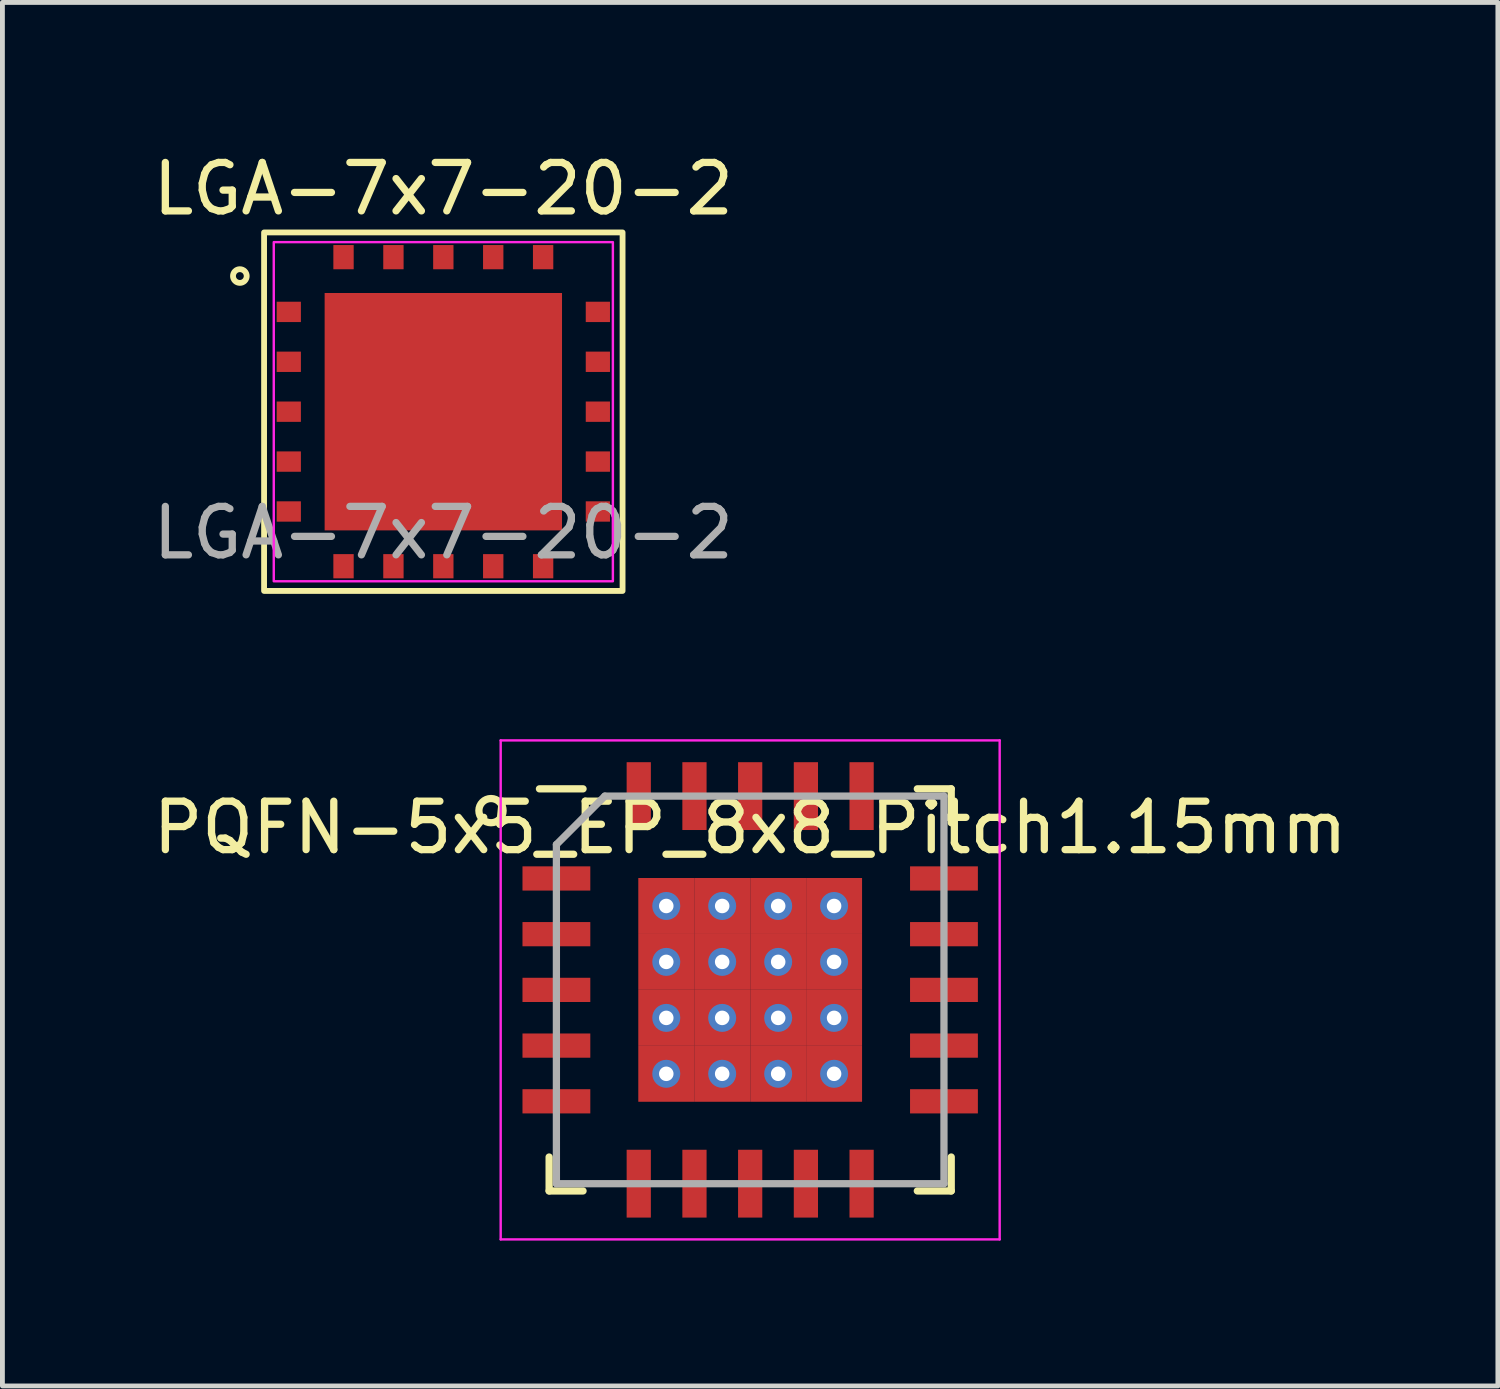
<source format=kicad_pcb>
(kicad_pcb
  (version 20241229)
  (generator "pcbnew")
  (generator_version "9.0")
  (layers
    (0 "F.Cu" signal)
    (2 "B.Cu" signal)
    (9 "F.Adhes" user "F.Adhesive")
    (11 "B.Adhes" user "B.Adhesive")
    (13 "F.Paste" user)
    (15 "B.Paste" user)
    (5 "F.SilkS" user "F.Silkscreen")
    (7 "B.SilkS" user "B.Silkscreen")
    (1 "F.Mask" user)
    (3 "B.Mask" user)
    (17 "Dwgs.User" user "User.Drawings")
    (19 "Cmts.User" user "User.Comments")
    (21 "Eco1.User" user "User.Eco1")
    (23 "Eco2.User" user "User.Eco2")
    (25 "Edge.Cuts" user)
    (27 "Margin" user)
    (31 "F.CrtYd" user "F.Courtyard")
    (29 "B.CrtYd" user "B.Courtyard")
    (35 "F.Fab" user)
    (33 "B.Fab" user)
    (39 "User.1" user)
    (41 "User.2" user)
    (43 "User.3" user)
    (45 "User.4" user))
  (footprint "PQFN-5x5_EP_8x8_Pitch1.15mm"
    (layer "F.Cu")
    (at 12.435 17.383)
    (property "Reference" "PQFN-5x5_EP_8x8_Pitch1.15mm" (at 0 -3.35 0) (layer "F.SilkS") (effects (font (size 1 1) (thickness 0.15))))
    (attr through_hole)
    (fp_line (start -4.15 4.15) (end -4.15 3.45) (stroke (width 0.15) (type default)) (layer "F.SilkS"))
    (fp_line (start -3.45 -4.15) (end -4.35 -4.15) (stroke (width 0.15) (type default)) (layer "F.SilkS"))
    (fp_line (start -3.45 4.15) (end -4.15 4.15) (stroke (width 0.15) (type default)) (layer "F.SilkS"))
    (fp_line (start 3.45 -4.15) (end 4.15 -4.15) (stroke (width 0.15) (type default)) (layer "F.SilkS"))
    (fp_line (start 3.45 4.15) (end 4.15 4.15) (stroke (width 0.15) (type default)) (layer "F.SilkS"))
    (fp_line (start 4.15 -4.15) (end 4.15 -3.45) (stroke (width 0.15) (type default)) (layer "F.SilkS"))
    (fp_line (start 4.15 4.15) (end 4.15 3.45) (stroke (width 0.15) (type default)) (layer "F.SilkS"))
    (fp_circle (center -5.35 -3.7) (end -5.35 -3.45) (stroke (width 0.15) (type default)) (fill no) (layer "F.SilkS"))
    (fp_line (start -5.15 -5.15) (end 5.15 -5.15) (stroke (width 0.05) (type default)) (layer "F.CrtYd"))
    (fp_line (start -5.15 5.15) (end -5.15 -5.15) (stroke (width 0.05) (type default)) (layer "F.CrtYd"))
    (fp_line (start 5.15 -5.15) (end 5.15 5.15) (stroke (width 0.05) (type default)) (layer "F.CrtYd"))
    (fp_line (start 5.15 5.15) (end -5.15 5.15) (stroke (width 0.05) (type default)) (layer "F.CrtYd"))
    (fp_line (start -4 -3) (end -4 4) (stroke (width 0.15) (type default)) (layer "F.Fab"))
    (fp_line (start -4 4) (end 4 4) (stroke (width 0.15) (type default)) (layer "F.Fab"))
    (fp_line (start -3 -4) (end -4 -3) (stroke (width 0.15) (type default)) (layer "F.Fab"))
    (fp_line (start 4 -4) (end -3 -4) (stroke (width 0.15) (type default)) (layer "F.Fab"))
    (fp_line (start 4 4) (end 4 -4) (stroke (width 0.15) (type default)) (layer "F.Fab"))
    (pad "1" smd rect (at -4 -2.3 90) (size 0.5 1.4) (layers "F.Cu" "F.Mask" "F.Paste"))
    (pad "2" smd rect (at -4 -1.15 90) (size 0.5 1.4) (layers "F.Cu" "F.Mask" "F.Paste"))
    (pad "3" smd rect (at -4 0 90) (size 0.5 1.4) (layers "F.Cu" "F.Mask" "F.Paste"))
    (pad "4" smd rect (at -4 1.15 90) (size 0.5 1.4) (layers "F.Cu" "F.Mask" "F.Paste"))
    (pad "5" smd rect (at -4 2.3 90) (size 0.5 1.4) (layers "F.Cu" "F.Mask" "F.Paste"))
    (pad "6" smd rect (at -2.3 4) (size 0.5 1.4) (layers "F.Cu" "F.Mask" "F.Paste"))
    (pad "7" smd rect (at -1.15 4) (size 0.5 1.4) (layers "F.Cu" "F.Mask" "F.Paste"))
    (pad "8" smd rect (at 0 4) (size 0.5 1.4) (layers "F.Cu" "F.Mask" "F.Paste"))
    (pad "9" smd rect (at 1.15 4) (size 0.5 1.4) (layers "F.Cu" "F.Mask" "F.Paste"))
    (pad "10" smd rect (at 2.3 4) (size 0.5 1.4) (layers "F.Cu" "F.Mask" "F.Paste"))
    (pad "11" smd rect (at 4 2.3 90) (size 0.5 1.4) (layers "F.Cu" "F.Mask" "F.Paste"))
    (pad "12" smd rect (at 4 1.15 90) (size 0.5 1.4) (layers "F.Cu" "F.Mask" "F.Paste"))
    (pad "13" smd rect (at 4 0 90) (size 0.5 1.4) (layers "F.Cu" "F.Mask" "F.Paste"))
    (pad "14" smd rect (at 4 -1.15 90) (size 0.5 1.4) (layers "F.Cu" "F.Mask" "F.Paste"))
    (pad "15" smd rect (at 4 -2.3 90) (size 0.5 1.4) (layers "F.Cu" "F.Mask" "F.Paste"))
    (pad "16" smd rect (at 2.3 -4) (size 0.5 1.4) (layers "F.Cu" "F.Mask" "F.Paste"))
    (pad "17" smd rect (at 1.15 -4) (size 0.5 1.4) (layers "F.Cu" "F.Mask" "F.Paste"))
    (pad "18" smd rect (at 0 -4) (size 0.5 1.4) (layers "F.Cu" "F.Mask" "F.Paste"))
    (pad "19" smd rect (at -1.15 -4) (size 0.5 1.4) (layers "F.Cu" "F.Mask" "F.Paste"))
    (pad "20" smd rect (at -2.3 -4) (size 0.5 1.4) (layers "F.Cu" "F.Mask" "F.Paste"))
    (pad "21" thru_hole circle (at -1.732 -1.732) (size 0.578 0.578) (drill 0.3) (layers "*.Cu" "*.Mask"))
    (pad "21" smd rect (at -1.732 -1.732) (size 1.155 1.155) (layers "F.Cu" "F.Mask" "F.Paste"))
    (pad "21" thru_hole circle (at -1.732 -0.578) (size 0.578 0.578) (drill 0.3) (layers "*.Cu" "*.Mask"))
    (pad "21" smd rect (at -1.732 -0.578) (size 1.155 1.155) (layers "F.Cu" "F.Mask" "F.Paste"))
    (pad "21" thru_hole circle (at -1.732 0.578) (size 0.578 0.578) (drill 0.3) (layers "*.Cu" "*.Mask"))
    (pad "21" smd rect (at -1.732 0.578) (size 1.155 1.155) (layers "F.Cu" "F.Mask" "F.Paste"))
    (pad "21" thru_hole circle (at -1.732 1.732) (size 0.578 0.578) (drill 0.3) (layers "*.Cu" "*.Mask"))
    (pad "21" smd rect (at -1.732 1.732) (size 1.155 1.155) (layers "F.Cu" "F.Mask" "F.Paste"))
    (pad "21" thru_hole circle (at -0.578 -1.732) (size 0.578 0.578) (drill 0.3) (layers "*.Cu" "*.Mask"))
    (pad "21" smd rect (at -0.578 -1.732) (size 1.155 1.155) (layers "F.Cu" "F.Mask" "F.Paste"))
    (pad "21" thru_hole circle (at -0.578 -0.578) (size 0.578 0.578) (drill 0.3) (layers "*.Cu" "*.Mask"))
    (pad "21" smd rect (at -0.578 -0.578) (size 1.155 1.155) (layers "F.Cu" "F.Mask" "F.Paste"))
    (pad "21" thru_hole circle (at -0.578 0.578) (size 0.578 0.578) (drill 0.3) (layers "*.Cu" "*.Mask"))
    (pad "21" smd rect (at -0.578 0.578) (size 1.155 1.155) (layers "F.Cu" "F.Mask" "F.Paste"))
    (pad "21" thru_hole circle (at -0.578 1.732) (size 0.578 0.578) (drill 0.3) (layers "*.Cu" "*.Mask"))
    (pad "21" smd rect (at -0.578 1.732) (size 1.155 1.155) (layers "F.Cu" "F.Mask" "F.Paste"))
    (pad "21" thru_hole circle (at 0.578 -1.732) (size 0.578 0.578) (drill 0.3) (layers "*.Cu" "*.Mask"))
    (pad "21" smd rect (at 0.578 -1.732) (size 1.155 1.155) (layers "F.Cu" "F.Mask" "F.Paste"))
    (pad "21" thru_hole circle (at 0.578 -0.578) (size 0.578 0.578) (drill 0.3) (layers "*.Cu" "*.Mask"))
    (pad "21" smd rect (at 0.578 -0.578) (size 1.155 1.155) (layers "F.Cu" "F.Mask" "F.Paste"))
    (pad "21" thru_hole circle (at 0.578 0.578) (size 0.578 0.578) (drill 0.3) (layers "*.Cu" "*.Mask"))
    (pad "21" smd rect (at 0.578 0.578) (size 1.155 1.155) (layers "F.Cu" "F.Mask" "F.Paste"))
    (pad "21" thru_hole circle (at 0.578 1.732) (size 0.578 0.578) (drill 0.3) (layers "*.Cu" "*.Mask"))
    (pad "21" smd rect (at 0.578 1.732) (size 1.155 1.155) (layers "F.Cu" "F.Mask" "F.Paste"))
    (pad "21" thru_hole circle (at 1.732 -1.732) (size 0.578 0.578) (drill 0.3) (layers "*.Cu" "*.Mask"))
    (pad "21" smd rect (at 1.732 -1.732) (size 1.155 1.155) (layers "F.Cu" "F.Mask" "F.Paste"))
    (pad "21" thru_hole circle (at 1.732 -0.578) (size 0.578 0.578) (drill 0.3) (layers "*.Cu" "*.Mask"))
    (pad "21" smd rect (at 1.732 -0.578) (size 1.155 1.155) (layers "F.Cu" "F.Mask" "F.Paste"))
    (pad "21" thru_hole circle (at 1.732 0.578) (size 0.578 0.578) (drill 0.3) (layers "*.Cu" "*.Mask"))
    (pad "21" smd rect (at 1.732 0.578) (size 1.155 1.155) (layers "F.Cu" "F.Mask" "F.Paste"))
    (pad "21" thru_hole circle (at 1.732 1.732) (size 0.578 0.578) (drill 0.3) (layers "*.Cu" "*.Mask"))
    (pad "21" smd rect (at 1.732 1.732) (size 1.155 1.155) (layers "F.Cu" "F.Mask" "F.Paste")))
  (footprint "LGA-7x7-20-2"
    (layer "F.Cu")
    (at 6.101 5.448)
    (property "Reference" "LGA-7x7-20-2" (at 0 -4.6 0) (unlocked yes) (layer "F.SilkS") (effects (font (size 1 1) (thickness 0.15))))
    (attr smd)
    (fp_rect (start -3.7 -3.7) (end 3.7 3.7) (stroke (width 0.12) (type default)) (fill no) (layer "F.SilkS"))
    (fp_circle (center -4.2 -2.8) (end -4.1 -2.7) (stroke (width 0.12) (type default)) (fill no) (layer "F.SilkS"))
    (fp_rect (start -2.1 -2.1) (end 2.1 2) (stroke (width 0.12) (type solid)) (fill yes) (layer "F.Paste"))
    (fp_rect (start -3.5 -3.5) (end 3.5 3.5) (stroke (width 0.05) (type default)) (fill no) (layer "F.CrtYd"))
    (fp_text user "${REFERENCE}" (at 0 2.5 0) (unlocked yes) (layer "F.Fab") (effects (font (size 1 1) (thickness 0.15))))
    (pad "1" smd rect (at -3.19 -2.06) (size 0.5 0.42) (layers "F.Cu" "F.Mask" "F.Paste"))
    (pad "2" smd rect (at -3.19 -1.03) (size 0.5 0.42) (layers "F.Cu" "F.Mask" "F.Paste"))
    (pad "3" smd rect (at -3.19 0) (size 0.5 0.42) (layers "F.Cu" "F.Mask" "F.Paste"))
    (pad "4" smd rect (at -3.19 1.03) (size 0.5 0.42) (layers "F.Cu" "F.Mask" "F.Paste"))
    (pad "5" smd rect (at -3.19 2.06) (size 0.5 0.42) (layers "F.Cu" "F.Mask" "F.Paste"))
    (pad "6" smd rect (at -2.06 3.19 90) (size 0.5 0.42) (layers "F.Cu" "F.Mask" "F.Paste"))
    (pad "7" smd rect (at -1.03 3.19 90) (size 0.5 0.42) (layers "F.Cu" "F.Mask" "F.Paste"))
    (pad "8" smd rect (at 0 3.19 90) (size 0.5 0.42) (layers "F.Cu" "F.Mask" "F.Paste"))
    (pad "9" smd rect (at 1.03 3.19 90) (size 0.5 0.42) (layers "F.Cu" "F.Mask" "F.Paste"))
    (pad "10" smd rect (at 2.06 3.19 90) (size 0.5 0.42) (layers "F.Cu" "F.Mask" "F.Paste"))
    (pad "11" smd rect (at 3.19 2.06 180) (size 0.5 0.42) (layers "F.Cu" "F.Mask" "F.Paste"))
    (pad "12" smd rect (at 3.19 1.03 180) (size 0.5 0.42) (layers "F.Cu" "F.Mask" "F.Paste"))
    (pad "13" smd rect (at 3.19 0 180) (size 0.5 0.42) (layers "F.Cu" "F.Mask" "F.Paste"))
    (pad "14" smd rect (at 3.19 -1.03 180) (size 0.5 0.42) (layers "F.Cu" "F.Mask" "F.Paste"))
    (pad "15" smd rect (at 3.19 -2.06 180) (size 0.5 0.42) (layers "F.Cu" "F.Mask" "F.Paste"))
    (pad "16" smd rect (at 2.06 -3.19 270) (size 0.5 0.42) (layers "F.Cu" "F.Mask" "F.Paste"))
    (pad "17" smd rect (at 1.03 -3.19 270) (size 0.5 0.42) (layers "F.Cu" "F.Mask" "F.Paste"))
    (pad "18" smd rect (at 0 -3.19 270) (size 0.5 0.42) (layers "F.Cu" "F.Mask" "F.Paste"))
    (pad "19" smd rect (at -1.03 -3.19 270) (size 0.5 0.42) (layers "F.Cu" "F.Mask" "F.Paste"))
    (pad "20" smd rect (at -2.06 -3.19 270) (size 0.5 0.42) (layers "F.Cu" "F.Mask" "F.Paste"))
    (pad "21" smd rect (at 0 0) (size 4.9 4.9) (layers "F.Cu" "F.Mask")))
  (gr_rect
    (start -3 -3)
    (end 27.869 25.558)
    (stroke (width 0.1) (type default))
    (fill no)
    (layer "Edge.Cuts")))
</source>
